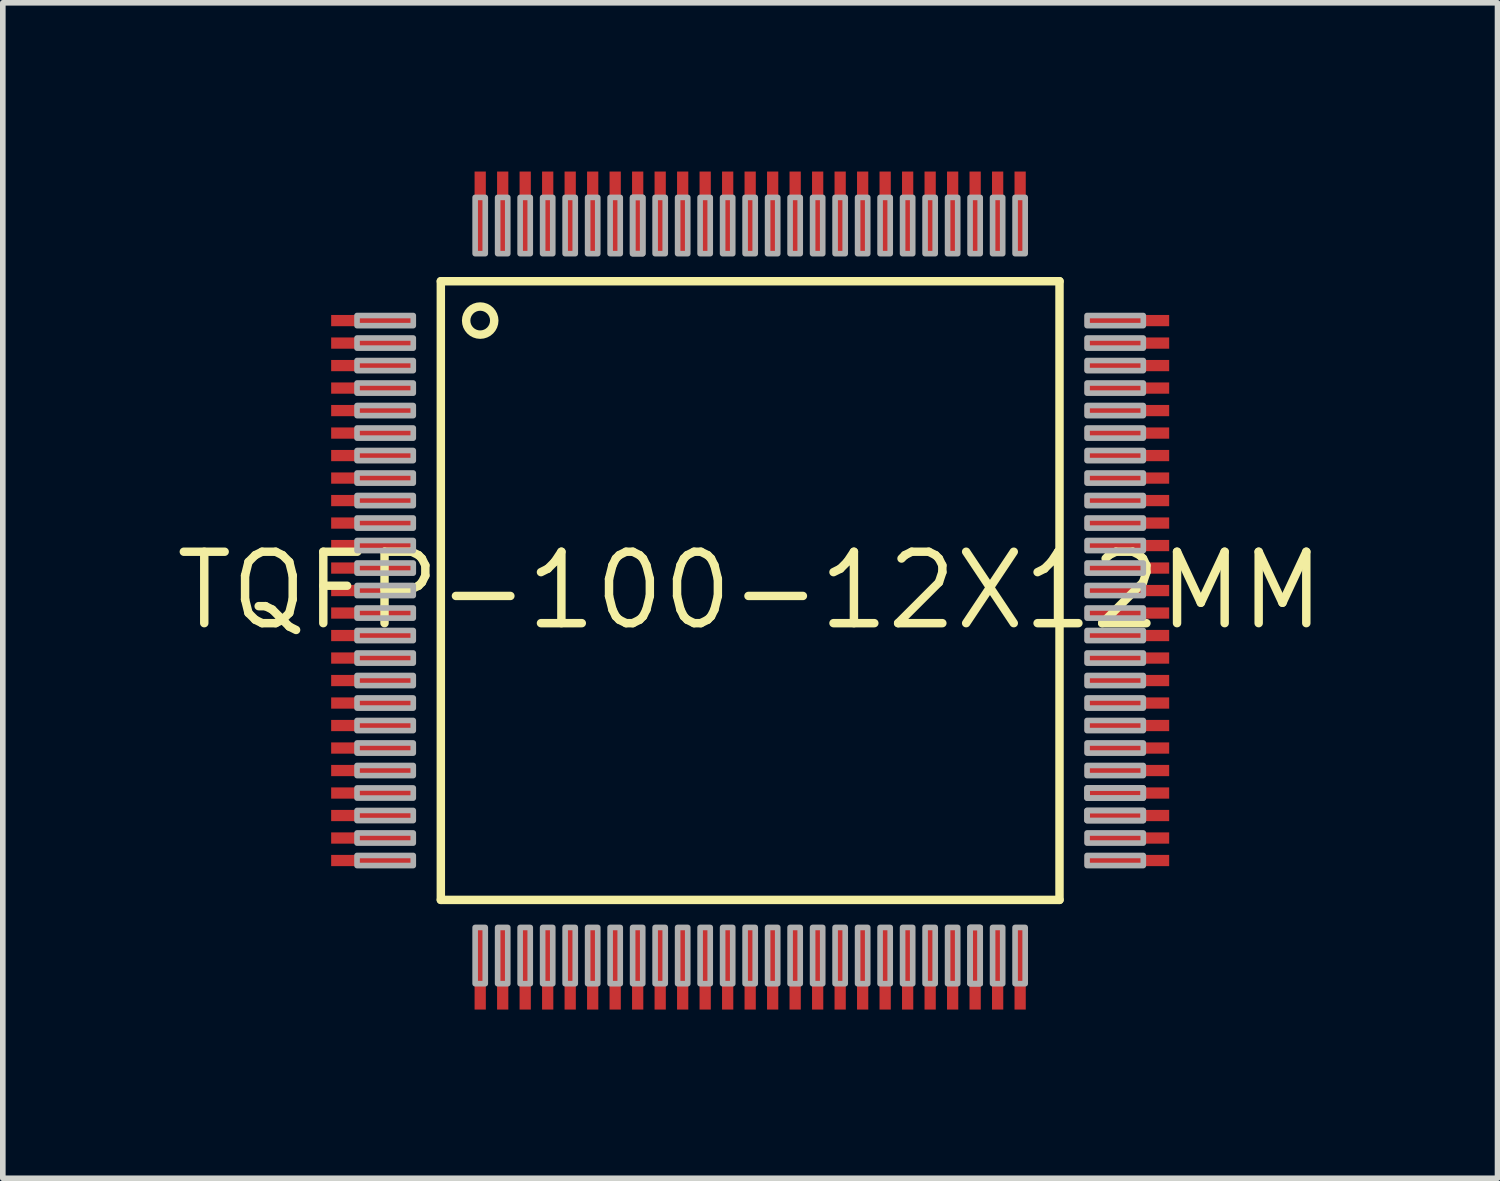
<source format=kicad_pcb>
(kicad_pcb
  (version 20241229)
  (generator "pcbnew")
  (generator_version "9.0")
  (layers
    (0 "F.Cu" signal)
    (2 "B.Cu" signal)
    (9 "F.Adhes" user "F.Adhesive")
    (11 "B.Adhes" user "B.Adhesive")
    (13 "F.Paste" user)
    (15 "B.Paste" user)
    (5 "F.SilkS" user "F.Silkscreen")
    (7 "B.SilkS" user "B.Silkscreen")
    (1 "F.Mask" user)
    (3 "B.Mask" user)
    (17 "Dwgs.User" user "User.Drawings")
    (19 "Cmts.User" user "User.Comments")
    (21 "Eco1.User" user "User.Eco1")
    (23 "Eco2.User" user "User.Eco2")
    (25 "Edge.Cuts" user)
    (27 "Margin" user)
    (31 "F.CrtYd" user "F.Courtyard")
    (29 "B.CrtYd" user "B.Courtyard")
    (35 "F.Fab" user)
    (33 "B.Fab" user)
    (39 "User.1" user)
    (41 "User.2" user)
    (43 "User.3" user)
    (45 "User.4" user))
  (footprint "TQFP-100-12X12MM"
    (layer "F.Cu")
    (at 10.288 7.45)
    (property "Reference" "TQFP-100-12X12MM" (at 0 0 0) (layer "F.SilkS") (effects (font (size 1.27 1.27) (thickness 0.15))))
    (attr through_hole)
    (fp_line (start -5.5 -5.5) (end -5.5 5.5) (stroke (width 0.15) (type solid)) (layer "F.SilkS"))
    (fp_line (start -5.5 5.5) (end 5.5 5.5) (stroke (width 0.15) (type solid)) (layer "F.SilkS"))
    (fp_line (start 5.5 -5.5) (end -5.5 -5.5) (stroke (width 0.15) (type solid)) (layer "F.SilkS"))
    (fp_line (start 5.5 5.5) (end 5.5 -5.5) (stroke (width 0.15) (type solid)) (layer "F.SilkS"))
    (fp_circle (center -4.8 -4.8) (end -4.55 -4.8) (stroke (width 0.15) (type solid)) (fill no) (layer "F.SilkS"))
    (fp_poly (pts (xy -5.99 -4.71) (xy -5.99 -4.89) (xy -6.99 -4.89) (xy -6.99 -4.71)) (stroke (width 0.1) (type solid)) (fill no) (layer "F.Fab"))
    (fp_poly (pts (xy -5.99 -4.31) (xy -5.99 -4.49) (xy -6.99 -4.49) (xy -6.99 -4.31)) (stroke (width 0.1) (type solid)) (fill no) (layer "F.Fab"))
    (fp_poly (pts (xy -5.99 -3.91) (xy -5.99 -4.09) (xy -6.99 -4.09) (xy -6.99 -3.91)) (stroke (width 0.1) (type solid)) (fill no) (layer "F.Fab"))
    (fp_poly (pts (xy -5.99 -3.51) (xy -5.99 -3.69) (xy -6.99 -3.69) (xy -6.99 -3.51)) (stroke (width 0.1) (type solid)) (fill no) (layer "F.Fab"))
    (fp_poly (pts (xy -5.99 -3.11) (xy -5.99 -3.29) (xy -6.99 -3.29) (xy -6.99 -3.11)) (stroke (width 0.1) (type solid)) (fill no) (layer "F.Fab"))
    (fp_poly (pts (xy -5.99 -2.71) (xy -5.99 -2.89) (xy -6.99 -2.89) (xy -6.99 -2.71)) (stroke (width 0.1) (type solid)) (fill no) (layer "F.Fab"))
    (fp_poly (pts (xy -5.99 -2.31) (xy -5.99 -2.49) (xy -6.99 -2.49) (xy -6.99 -2.31)) (stroke (width 0.1) (type solid)) (fill no) (layer "F.Fab"))
    (fp_poly (pts (xy -5.99 -1.91) (xy -5.99 -2.09) (xy -6.99 -2.09) (xy -6.99 -1.91)) (stroke (width 0.1) (type solid)) (fill no) (layer "F.Fab"))
    (fp_poly (pts (xy -5.99 -1.51) (xy -5.99 -1.69) (xy -6.99 -1.69) (xy -6.99 -1.51)) (stroke (width 0.1) (type solid)) (fill no) (layer "F.Fab"))
    (fp_poly (pts (xy -5.99 -1.11) (xy -5.99 -1.29) (xy -6.99 -1.29) (xy -6.99 -1.11)) (stroke (width 0.1) (type solid)) (fill no) (layer "F.Fab"))
    (fp_poly (pts (xy -5.99 -0.71) (xy -5.99 -0.89) (xy -6.99 -0.89) (xy -6.99 -0.71)) (stroke (width 0.1) (type solid)) (fill no) (layer "F.Fab"))
    (fp_poly (pts (xy -5.99 -0.31) (xy -5.99 -0.49) (xy -6.99 -0.49) (xy -6.99 -0.31)) (stroke (width 0.1) (type solid)) (fill no) (layer "F.Fab"))
    (fp_poly (pts (xy -5.99 0.09) (xy -5.99 -0.09) (xy -6.99 -0.09) (xy -6.99 0.09)) (stroke (width 0.1) (type solid)) (fill no) (layer "F.Fab"))
    (fp_poly (pts (xy -5.99 0.49) (xy -5.99 0.31) (xy -6.99 0.31) (xy -6.99 0.49)) (stroke (width 0.1) (type solid)) (fill no) (layer "F.Fab"))
    (fp_poly (pts (xy -5.99 0.89) (xy -5.99 0.71) (xy -6.99 0.71) (xy -6.99 0.89)) (stroke (width 0.1) (type solid)) (fill no) (layer "F.Fab"))
    (fp_poly (pts (xy -5.99 1.29) (xy -5.99 1.11) (xy -6.99 1.11) (xy -6.99 1.29)) (stroke (width 0.1) (type solid)) (fill no) (layer "F.Fab"))
    (fp_poly (pts (xy -5.99 1.69) (xy -5.99 1.51) (xy -6.99 1.51) (xy -6.99 1.69)) (stroke (width 0.1) (type solid)) (fill no) (layer "F.Fab"))
    (fp_poly (pts (xy -5.99 2.09) (xy -5.99 1.91) (xy -6.99 1.91) (xy -6.99 2.09)) (stroke (width 0.1) (type solid)) (fill no) (layer "F.Fab"))
    (fp_poly (pts (xy -5.99 2.49) (xy -5.99 2.31) (xy -6.99 2.31) (xy -6.99 2.49)) (stroke (width 0.1) (type solid)) (fill no) (layer "F.Fab"))
    (fp_poly (pts (xy -5.99 2.89) (xy -5.99 2.71) (xy -6.99 2.71) (xy -6.99 2.89)) (stroke (width 0.1) (type solid)) (fill no) (layer "F.Fab"))
    (fp_poly (pts (xy -5.99 3.29) (xy -5.99 3.11) (xy -6.99 3.11) (xy -6.99 3.29)) (stroke (width 0.1) (type solid)) (fill no) (layer "F.Fab"))
    (fp_poly (pts (xy -5.99 3.69) (xy -5.99 3.51) (xy -6.99 3.51) (xy -6.99 3.69)) (stroke (width 0.1) (type solid)) (fill no) (layer "F.Fab"))
    (fp_poly (pts (xy -5.99 4.09) (xy -5.99 3.91) (xy -6.99 3.91) (xy -6.99 4.09)) (stroke (width 0.1) (type solid)) (fill no) (layer "F.Fab"))
    (fp_poly (pts (xy -5.99 4.49) (xy -5.99 4.31) (xy -6.99 4.31) (xy -6.99 4.49)) (stroke (width 0.1) (type solid)) (fill no) (layer "F.Fab"))
    (fp_poly (pts (xy -5.99 4.89) (xy -5.99 4.71) (xy -6.99 4.71) (xy -6.99 4.89)) (stroke (width 0.1) (type solid)) (fill no) (layer "F.Fab"))
    (fp_poly (pts (xy -4.89 -5.99) (xy -4.71 -5.99) (xy -4.71 -6.99) (xy -4.89 -6.99)) (stroke (width 0.1) (type solid)) (fill no) (layer "F.Fab"))
    (fp_poly (pts (xy -4.71 5.99) (xy -4.89 5.99) (xy -4.89 6.99) (xy -4.71 6.99)) (stroke (width 0.1) (type solid)) (fill no) (layer "F.Fab"))
    (fp_poly (pts (xy -4.49 -5.99) (xy -4.31 -5.99) (xy -4.31 -6.99) (xy -4.49 -6.99)) (stroke (width 0.1) (type solid)) (fill no) (layer "F.Fab"))
    (fp_poly (pts (xy -4.31 5.99) (xy -4.49 5.99) (xy -4.49 6.99) (xy -4.31 6.99)) (stroke (width 0.1) (type solid)) (fill no) (layer "F.Fab"))
    (fp_poly (pts (xy -4.09 -5.99) (xy -3.91 -5.99) (xy -3.91 -6.99) (xy -4.09 -6.99)) (stroke (width 0.1) (type solid)) (fill no) (layer "F.Fab"))
    (fp_poly (pts (xy -3.91 5.99) (xy -4.09 5.99) (xy -4.09 6.99) (xy -3.91 6.99)) (stroke (width 0.1) (type solid)) (fill no) (layer "F.Fab"))
    (fp_poly (pts (xy -3.69 -5.99) (xy -3.51 -5.99) (xy -3.51 -6.99) (xy -3.69 -6.99)) (stroke (width 0.1) (type solid)) (fill no) (layer "F.Fab"))
    (fp_poly (pts (xy -3.51 5.99) (xy -3.69 5.99) (xy -3.69 6.99) (xy -3.51 6.99)) (stroke (width 0.1) (type solid)) (fill no) (layer "F.Fab"))
    (fp_poly (pts (xy -3.29 -5.99) (xy -3.11 -5.99) (xy -3.11 -6.99) (xy -3.29 -6.99)) (stroke (width 0.1) (type solid)) (fill no) (layer "F.Fab"))
    (fp_poly (pts (xy -3.11 5.99) (xy -3.29 5.99) (xy -3.29 6.99) (xy -3.11 6.99)) (stroke (width 0.1) (type solid)) (fill no) (layer "F.Fab"))
    (fp_poly (pts (xy -2.89 -5.99) (xy -2.71 -5.99) (xy -2.71 -6.99) (xy -2.89 -6.99)) (stroke (width 0.1) (type solid)) (fill no) (layer "F.Fab"))
    (fp_poly (pts (xy -2.71 5.99) (xy -2.89 5.99) (xy -2.89 6.99) (xy -2.71 6.99)) (stroke (width 0.1) (type solid)) (fill no) (layer "F.Fab"))
    (fp_poly (pts (xy -2.49 -5.99) (xy -2.31 -5.99) (xy -2.31 -6.99) (xy -2.49 -6.99)) (stroke (width 0.1) (type solid)) (fill no) (layer "F.Fab"))
    (fp_poly (pts (xy -2.31 5.99) (xy -2.49 5.99) (xy -2.49 6.99) (xy -2.31 6.99)) (stroke (width 0.1) (type solid)) (fill no) (layer "F.Fab"))
    (fp_poly (pts (xy -2.09 -5.99) (xy -1.91 -5.99) (xy -1.91 -6.99) (xy -2.09 -6.99)) (stroke (width 0.1) (type solid)) (fill no) (layer "F.Fab"))
    (fp_poly (pts (xy -2.09 -5.99) (xy -1.91 -5.99) (xy -1.91 -6.99) (xy -2.09 -6.99)) (stroke (width 0.1) (type solid)) (fill no) (layer "F.Fab"))
    (fp_poly (pts (xy -1.91 5.99) (xy -2.09 5.99) (xy -2.09 6.99) (xy -1.91 6.99)) (stroke (width 0.1) (type solid)) (fill no) (layer "F.Fab"))
    (fp_poly (pts (xy -1.69 -5.99) (xy -1.51 -5.99) (xy -1.51 -6.99) (xy -1.69 -6.99)) (stroke (width 0.1) (type solid)) (fill no) (layer "F.Fab"))
    (fp_poly (pts (xy -1.51 5.99) (xy -1.69 5.99) (xy -1.69 6.99) (xy -1.51 6.99)) (stroke (width 0.1) (type solid)) (fill no) (layer "F.Fab"))
    (fp_poly (pts (xy -1.29 -5.99) (xy -1.11 -5.99) (xy -1.11 -6.99) (xy -1.29 -6.99)) (stroke (width 0.1) (type solid)) (fill no) (layer "F.Fab"))
    (fp_poly (pts (xy -1.11 5.99) (xy -1.29 5.99) (xy -1.29 6.99) (xy -1.11 6.99)) (stroke (width 0.1) (type solid)) (fill no) (layer "F.Fab"))
    (fp_poly (pts (xy -0.89 -5.99) (xy -0.71 -5.99) (xy -0.71 -6.99) (xy -0.89 -6.99)) (stroke (width 0.1) (type solid)) (fill no) (layer "F.Fab"))
    (fp_poly (pts (xy -0.71 5.99) (xy -0.89 5.99) (xy -0.89 6.99) (xy -0.71 6.99)) (stroke (width 0.1) (type solid)) (fill no) (layer "F.Fab"))
    (fp_poly (pts (xy -0.49 -5.99) (xy -0.31 -5.99) (xy -0.31 -6.99) (xy -0.49 -6.99)) (stroke (width 0.1) (type solid)) (fill no) (layer "F.Fab"))
    (fp_poly (pts (xy -0.31 5.99) (xy -0.49 5.99) (xy -0.49 6.99) (xy -0.31 6.99)) (stroke (width 0.1) (type solid)) (fill no) (layer "F.Fab"))
    (fp_poly (pts (xy -0.09 -5.99) (xy 0.09 -5.99) (xy 0.09 -6.99) (xy -0.09 -6.99)) (stroke (width 0.1) (type solid)) (fill no) (layer "F.Fab"))
    (fp_poly (pts (xy 0.09 5.99) (xy -0.09 5.99) (xy -0.09 6.99) (xy 0.09 6.99)) (stroke (width 0.1) (type solid)) (fill no) (layer "F.Fab"))
    (fp_poly (pts (xy 0.31 -5.99) (xy 0.49 -5.99) (xy 0.49 -6.99) (xy 0.31 -6.99)) (stroke (width 0.1) (type solid)) (fill no) (layer "F.Fab"))
    (fp_poly (pts (xy 0.49 5.99) (xy 0.31 5.99) (xy 0.31 6.99) (xy 0.49 6.99)) (stroke (width 0.1) (type solid)) (fill no) (layer "F.Fab"))
    (fp_poly (pts (xy 0.71 -5.99) (xy 0.89 -5.99) (xy 0.89 -6.99) (xy 0.71 -6.99)) (stroke (width 0.1) (type solid)) (fill no) (layer "F.Fab"))
    (fp_poly (pts (xy 0.89 5.99) (xy 0.71 5.99) (xy 0.71 6.99) (xy 0.89 6.99)) (stroke (width 0.1) (type solid)) (fill no) (layer "F.Fab"))
    (fp_poly (pts (xy 1.11 -5.99) (xy 1.29 -5.99) (xy 1.29 -6.99) (xy 1.11 -6.99)) (stroke (width 0.1) (type solid)) (fill no) (layer "F.Fab"))
    (fp_poly (pts (xy 1.29 5.99) (xy 1.11 5.99) (xy 1.11 6.99) (xy 1.29 6.99)) (stroke (width 0.1) (type solid)) (fill no) (layer "F.Fab"))
    (fp_poly (pts (xy 1.51 -5.99) (xy 1.69 -5.99) (xy 1.69 -6.99) (xy 1.51 -6.99)) (stroke (width 0.1) (type solid)) (fill no) (layer "F.Fab"))
    (fp_poly (pts (xy 1.69 5.99) (xy 1.51 5.99) (xy 1.51 6.99) (xy 1.69 6.99)) (stroke (width 0.1) (type solid)) (fill no) (layer "F.Fab"))
    (fp_poly (pts (xy 1.91 -5.99) (xy 2.09 -5.99) (xy 2.09 -6.99) (xy 1.91 -6.99)) (stroke (width 0.1) (type solid)) (fill no) (layer "F.Fab"))
    (fp_poly (pts (xy 2.09 5.99) (xy 1.91 5.99) (xy 1.91 6.99) (xy 2.09 6.99)) (stroke (width 0.1) (type solid)) (fill no) (layer "F.Fab"))
    (fp_poly (pts (xy 2.31 -5.99) (xy 2.49 -5.99) (xy 2.49 -6.99) (xy 2.31 -6.99)) (stroke (width 0.1) (type solid)) (fill no) (layer "F.Fab"))
    (fp_poly (pts (xy 2.49 5.99) (xy 2.31 5.99) (xy 2.31 6.99) (xy 2.49 6.99)) (stroke (width 0.1) (type solid)) (fill no) (layer "F.Fab"))
    (fp_poly (pts (xy 2.71 -5.99) (xy 2.89 -5.99) (xy 2.89 -6.99) (xy 2.71 -6.99)) (stroke (width 0.1) (type solid)) (fill no) (layer "F.Fab"))
    (fp_poly (pts (xy 2.89 5.99) (xy 2.71 5.99) (xy 2.71 6.99) (xy 2.89 6.99)) (stroke (width 0.1) (type solid)) (fill no) (layer "F.Fab"))
    (fp_poly (pts (xy 3.11 -5.99) (xy 3.29 -5.99) (xy 3.29 -6.99) (xy 3.11 -6.99)) (stroke (width 0.1) (type solid)) (fill no) (layer "F.Fab"))
    (fp_poly (pts (xy 3.29 5.99) (xy 3.11 5.99) (xy 3.11 6.99) (xy 3.29 6.99)) (stroke (width 0.1) (type solid)) (fill no) (layer "F.Fab"))
    (fp_poly (pts (xy 3.51 -5.99) (xy 3.69 -5.99) (xy 3.69 -6.99) (xy 3.51 -6.99)) (stroke (width 0.1) (type solid)) (fill no) (layer "F.Fab"))
    (fp_poly (pts (xy 3.69 5.99) (xy 3.51 5.99) (xy 3.51 6.99) (xy 3.69 6.99)) (stroke (width 0.1) (type solid)) (fill no) (layer "F.Fab"))
    (fp_poly (pts (xy 3.91 -5.99) (xy 4.09 -5.99) (xy 4.09 -6.99) (xy 3.91 -6.99)) (stroke (width 0.1) (type solid)) (fill no) (layer "F.Fab"))
    (fp_poly (pts (xy 4.09 5.99) (xy 3.91 5.99) (xy 3.91 6.99) (xy 4.09 6.99)) (stroke (width 0.1) (type solid)) (fill no) (layer "F.Fab"))
    (fp_poly (pts (xy 4.09 5.99) (xy 3.91 5.99) (xy 3.91 6.99) (xy 4.09 6.99)) (stroke (width 0.1) (type solid)) (fill no) (layer "F.Fab"))
    (fp_poly (pts (xy 4.31 -5.99) (xy 4.49 -5.99) (xy 4.49 -6.99) (xy 4.31 -6.99)) (stroke (width 0.1) (type solid)) (fill no) (layer "F.Fab"))
    (fp_poly (pts (xy 4.49 5.99) (xy 4.31 5.99) (xy 4.31 6.99) (xy 4.49 6.99)) (stroke (width 0.1) (type solid)) (fill no) (layer "F.Fab"))
    (fp_poly (pts (xy 4.71 -5.99) (xy 4.89 -5.99) (xy 4.89 -6.99) (xy 4.71 -6.99)) (stroke (width 0.1) (type solid)) (fill no) (layer "F.Fab"))
    (fp_poly (pts (xy 4.89 5.99) (xy 4.71 5.99) (xy 4.71 6.99) (xy 4.89 6.99)) (stroke (width 0.1) (type solid)) (fill no) (layer "F.Fab"))
    (fp_poly (pts (xy 5.99 -4.89) (xy 5.99 -4.71) (xy 6.99 -4.71) (xy 6.99 -4.89)) (stroke (width 0.1) (type solid)) (fill no) (layer "F.Fab"))
    (fp_poly (pts (xy 5.99 -4.49) (xy 5.99 -4.31) (xy 6.99 -4.31) (xy 6.99 -4.49)) (stroke (width 0.1) (type solid)) (fill no) (layer "F.Fab"))
    (fp_poly (pts (xy 5.99 -4.09) (xy 5.99 -3.91) (xy 6.99 -3.91) (xy 6.99 -4.09)) (stroke (width 0.1) (type solid)) (fill no) (layer "F.Fab"))
    (fp_poly (pts (xy 5.99 -3.69) (xy 5.99 -3.51) (xy 6.99 -3.51) (xy 6.99 -3.69)) (stroke (width 0.1) (type solid)) (fill no) (layer "F.Fab"))
    (fp_poly (pts (xy 5.99 -3.29) (xy 5.99 -3.11) (xy 6.99 -3.11) (xy 6.99 -3.29)) (stroke (width 0.1) (type solid)) (fill no) (layer "F.Fab"))
    (fp_poly (pts (xy 5.99 -2.89) (xy 5.99 -2.71) (xy 6.99 -2.71) (xy 6.99 -2.89)) (stroke (width 0.1) (type solid)) (fill no) (layer "F.Fab"))
    (fp_poly (pts (xy 5.99 -2.49) (xy 5.99 -2.31) (xy 6.99 -2.31) (xy 6.99 -2.49)) (stroke (width 0.1) (type solid)) (fill no) (layer "F.Fab"))
    (fp_poly (pts (xy 5.99 -2.09) (xy 5.99 -1.91) (xy 6.99 -1.91) (xy 6.99 -2.09)) (stroke (width 0.1) (type solid)) (fill no) (layer "F.Fab"))
    (fp_poly (pts (xy 5.99 -1.69) (xy 5.99 -1.51) (xy 6.99 -1.51) (xy 6.99 -1.69)) (stroke (width 0.1) (type solid)) (fill no) (layer "F.Fab"))
    (fp_poly (pts (xy 5.99 -1.29) (xy 5.99 -1.11) (xy 6.99 -1.11) (xy 6.99 -1.29)) (stroke (width 0.1) (type solid)) (fill no) (layer "F.Fab"))
    (fp_poly (pts (xy 5.99 -0.89) (xy 5.99 -0.71) (xy 6.99 -0.71) (xy 6.99 -0.89)) (stroke (width 0.1) (type solid)) (fill no) (layer "F.Fab"))
    (fp_poly (pts (xy 5.99 -0.49) (xy 5.99 -0.31) (xy 6.99 -0.31) (xy 6.99 -0.49)) (stroke (width 0.1) (type solid)) (fill no) (layer "F.Fab"))
    (fp_poly (pts (xy 5.99 -0.09) (xy 5.99 0.09) (xy 6.99 0.09) (xy 6.99 -0.09)) (stroke (width 0.1) (type solid)) (fill no) (layer "F.Fab"))
    (fp_poly (pts (xy 5.99 0.31) (xy 5.99 0.49) (xy 6.99 0.49) (xy 6.99 0.31)) (stroke (width 0.1) (type solid)) (fill no) (layer "F.Fab"))
    (fp_poly (pts (xy 5.99 0.71) (xy 5.99 0.89) (xy 6.99 0.89) (xy 6.99 0.71)) (stroke (width 0.1) (type solid)) (fill no) (layer "F.Fab"))
    (fp_poly (pts (xy 5.99 1.11) (xy 5.99 1.29) (xy 6.99 1.29) (xy 6.99 1.11)) (stroke (width 0.1) (type solid)) (fill no) (layer "F.Fab"))
    (fp_poly (pts (xy 5.99 1.51) (xy 5.99 1.69) (xy 6.99 1.69) (xy 6.99 1.51)) (stroke (width 0.1) (type solid)) (fill no) (layer "F.Fab"))
    (fp_poly (pts (xy 5.99 1.91) (xy 5.99 2.09) (xy 6.99 2.09) (xy 6.99 1.91)) (stroke (width 0.1) (type solid)) (fill no) (layer "F.Fab"))
    (fp_poly (pts (xy 5.99 2.31) (xy 5.99 2.49) (xy 6.99 2.49) (xy 6.99 2.31)) (stroke (width 0.1) (type solid)) (fill no) (layer "F.Fab"))
    (fp_poly (pts (xy 5.99 2.71) (xy 5.99 2.89) (xy 6.99 2.89) (xy 6.99 2.71)) (stroke (width 0.1) (type solid)) (fill no) (layer "F.Fab"))
    (fp_poly (pts (xy 5.99 3.11) (xy 5.99 3.29) (xy 6.99 3.29) (xy 6.99 3.11)) (stroke (width 0.1) (type solid)) (fill no) (layer "F.Fab"))
    (fp_poly (pts (xy 5.99 3.51) (xy 5.99 3.69) (xy 6.99 3.69) (xy 6.99 3.51)) (stroke (width 0.1) (type solid)) (fill no) (layer "F.Fab"))
    (fp_poly (pts (xy 5.99 3.51) (xy 5.99 3.69) (xy 6.99 3.69) (xy 6.99 3.51)) (stroke (width 0.1) (type solid)) (fill no) (layer "F.Fab"))
    (fp_poly (pts (xy 5.99 3.91) (xy 5.99 4.09) (xy 6.99 4.09) (xy 6.99 3.91)) (stroke (width 0.1) (type solid)) (fill no) (layer "F.Fab"))
    (fp_poly (pts (xy 5.99 3.91) (xy 5.99 4.09) (xy 6.99 4.09) (xy 6.99 3.91)) (stroke (width 0.1) (type solid)) (fill no) (layer "F.Fab"))
    (fp_poly (pts (xy 5.99 4.31) (xy 5.99 4.49) (xy 6.99 4.49) (xy 6.99 4.31)) (stroke (width 0.1) (type solid)) (fill no) (layer "F.Fab"))
    (fp_poly (pts (xy 5.99 4.71) (xy 5.99 4.89) (xy 6.99 4.89) (xy 6.99 4.71)) (stroke (width 0.1) (type solid)) (fill no) (layer "F.Fab"))
    (pad "1" smd rect (at -6.7 -4.8 180) (size 1.5 0.2) (layers "F.Cu" "F.Mask" "F.Paste"))
    (pad "2" smd rect (at -6.7 -4.4 180) (size 1.5 0.2) (layers "F.Cu" "F.Mask" "F.Paste"))
    (pad "3" smd rect (at -6.7 -4 180) (size 1.5 0.2) (layers "F.Cu" "F.Mask" "F.Paste"))
    (pad "4" smd rect (at -6.7 -3.6 180) (size 1.5 0.2) (layers "F.Cu" "F.Mask" "F.Paste"))
    (pad "5" smd rect (at -6.7 -3.2 180) (size 1.5 0.2) (layers "F.Cu" "F.Mask" "F.Paste"))
    (pad "6" smd rect (at -6.7 -2.8 180) (size 1.5 0.2) (layers "F.Cu" "F.Mask" "F.Paste"))
    (pad "7" smd rect (at -6.7 -2.4 180) (size 1.5 0.2) (layers "F.Cu" "F.Mask" "F.Paste"))
    (pad "8" smd rect (at -6.7 -2 180) (size 1.5 0.2) (layers "F.Cu" "F.Mask" "F.Paste"))
    (pad "9" smd rect (at -6.7 -1.6 180) (size 1.5 0.2) (layers "F.Cu" "F.Mask" "F.Paste"))
    (pad "10" smd rect (at -6.7 -1.2 180) (size 1.5 0.2) (layers "F.Cu" "F.Mask" "F.Paste"))
    (pad "11" smd rect (at -6.7 -0.8 180) (size 1.5 0.2) (layers "F.Cu" "F.Mask" "F.Paste"))
    (pad "12" smd rect (at -6.7 -0.4 180) (size 1.5 0.2) (layers "F.Cu" "F.Mask" "F.Paste"))
    (pad "13" smd rect (at -6.7 0 180) (size 1.5 0.2) (layers "F.Cu" "F.Mask" "F.Paste"))
    (pad "14" smd rect (at -6.7 0.4 180) (size 1.5 0.2) (layers "F.Cu" "F.Mask" "F.Paste"))
    (pad "15" smd rect (at -6.7 0.8 180) (size 1.5 0.2) (layers "F.Cu" "F.Mask" "F.Paste"))
    (pad "16" smd rect (at -6.7 1.2 180) (size 1.5 0.2) (layers "F.Cu" "F.Mask" "F.Paste"))
    (pad "17" smd rect (at -6.7 1.6 180) (size 1.5 0.2) (layers "F.Cu" "F.Mask" "F.Paste"))
    (pad "18" smd rect (at -6.7 2 180) (size 1.5 0.2) (layers "F.Cu" "F.Mask" "F.Paste"))
    (pad "19" smd rect (at -6.7 2.4 180) (size 1.5 0.2) (layers "F.Cu" "F.Mask" "F.Paste"))
    (pad "20" smd rect (at -6.7 2.8 180) (size 1.5 0.2) (layers "F.Cu" "F.Mask" "F.Paste"))
    (pad "21" smd rect (at -6.7 3.2 180) (size 1.5 0.2) (layers "F.Cu" "F.Mask" "F.Paste"))
    (pad "22" smd rect (at -6.7 3.6 180) (size 1.5 0.2) (layers "F.Cu" "F.Mask" "F.Paste"))
    (pad "23" smd rect (at -6.7 4 180) (size 1.5 0.2) (layers "F.Cu" "F.Mask" "F.Paste"))
    (pad "24" smd rect (at -6.7 4.4 180) (size 1.5 0.2) (layers "F.Cu" "F.Mask" "F.Paste"))
    (pad "25" smd rect (at -6.7 4.8 180) (size 1.5 0.2) (layers "F.Cu" "F.Mask" "F.Paste"))
    (pad "26" smd rect (at -4.8 6.7 270) (size 1.5 0.2) (layers "F.Cu" "F.Mask" "F.Paste"))
    (pad "27" smd rect (at -4.4 6.7 270) (size 1.5 0.2) (layers "F.Cu" "F.Mask" "F.Paste"))
    (pad "28" smd rect (at -4 6.7 270) (size 1.5 0.2) (layers "F.Cu" "F.Mask" "F.Paste"))
    (pad "29" smd rect (at -3.6 6.7 270) (size 1.5 0.2) (layers "F.Cu" "F.Mask" "F.Paste"))
    (pad "30" smd rect (at -3.2 6.7 270) (size 1.5 0.2) (layers "F.Cu" "F.Mask" "F.Paste"))
    (pad "31" smd rect (at -2.8 6.7 270) (size 1.5 0.2) (layers "F.Cu" "F.Mask" "F.Paste"))
    (pad "32" smd rect (at -2.4 6.7 270) (size 1.5 0.2) (layers "F.Cu" "F.Mask" "F.Paste"))
    (pad "33" smd rect (at -2 6.7 270) (size 1.5 0.2) (layers "F.Cu" "F.Mask" "F.Paste"))
    (pad "34" smd rect (at -1.6 6.7 270) (size 1.5 0.2) (layers "F.Cu" "F.Mask" "F.Paste"))
    (pad "35" smd rect (at -1.2 6.7 270) (size 1.5 0.2) (layers "F.Cu" "F.Mask" "F.Paste"))
    (pad "36" smd rect (at -0.8 6.7 270) (size 1.5 0.2) (layers "F.Cu" "F.Mask" "F.Paste"))
    (pad "37" smd rect (at -0.4 6.7 270) (size 1.5 0.2) (layers "F.Cu" "F.Mask" "F.Paste"))
    (pad "38" smd rect (at 0 6.7 270) (size 1.5 0.2) (layers "F.Cu" "F.Mask" "F.Paste"))
    (pad "39" smd rect (at 0.4 6.7 270) (size 1.5 0.2) (layers "F.Cu" "F.Mask" "F.Paste"))
    (pad "40" smd rect (at 0.8 6.7 270) (size 1.5 0.2) (layers "F.Cu" "F.Mask" "F.Paste"))
    (pad "41" smd rect (at 1.2 6.7 270) (size 1.5 0.2) (layers "F.Cu" "F.Mask" "F.Paste"))
    (pad "42" smd rect (at 1.6 6.7 270) (size 1.5 0.2) (layers "F.Cu" "F.Mask" "F.Paste"))
    (pad "43" smd rect (at 2 6.7 270) (size 1.5 0.2) (layers "F.Cu" "F.Mask" "F.Paste"))
    (pad "44" smd rect (at 2.4 6.7 270) (size 1.5 0.2) (layers "F.Cu" "F.Mask" "F.Paste"))
    (pad "45" smd rect (at 2.8 6.7 270) (size 1.5 0.2) (layers "F.Cu" "F.Mask" "F.Paste"))
    (pad "46" smd rect (at 3.2 6.7 270) (size 1.5 0.2) (layers "F.Cu" "F.Mask" "F.Paste"))
    (pad "47" smd rect (at 3.6 6.7 270) (size 1.5 0.2) (layers "F.Cu" "F.Mask" "F.Paste"))
    (pad "48" smd rect (at 4 6.7 270) (size 1.5 0.2) (layers "F.Cu" "F.Mask" "F.Paste"))
    (pad "49" smd rect (at 4.4 6.7 270) (size 1.5 0.2) (layers "F.Cu" "F.Mask" "F.Paste"))
    (pad "50" smd rect (at 4.8 6.7 270) (size 1.5 0.2) (layers "F.Cu" "F.Mask" "F.Paste"))
    (pad "51" smd rect (at 6.7 4.8) (size 1.5 0.2) (layers "F.Cu" "F.Mask" "F.Paste"))
    (pad "52" smd rect (at 6.7 4.4) (size 1.5 0.2) (layers "F.Cu" "F.Mask" "F.Paste"))
    (pad "53" smd rect (at 6.7 4) (size 1.5 0.2) (layers "F.Cu" "F.Mask" "F.Paste"))
    (pad "54" smd rect (at 6.7 3.6) (size 1.5 0.2) (layers "F.Cu" "F.Mask" "F.Paste"))
    (pad "55" smd rect (at 6.7 3.2) (size 1.5 0.2) (layers "F.Cu" "F.Mask" "F.Paste"))
    (pad "56" smd rect (at 6.7 2.8) (size 1.5 0.2) (layers "F.Cu" "F.Mask" "F.Paste"))
    (pad "57" smd rect (at 6.7 2.4) (size 1.5 0.2) (layers "F.Cu" "F.Mask" "F.Paste"))
    (pad "58" smd rect (at 6.7 2) (size 1.5 0.2) (layers "F.Cu" "F.Mask" "F.Paste"))
    (pad "59" smd rect (at 6.7 1.6) (size 1.5 0.2) (layers "F.Cu" "F.Mask" "F.Paste"))
    (pad "60" smd rect (at 6.7 1.2) (size 1.5 0.2) (layers "F.Cu" "F.Mask" "F.Paste"))
    (pad "61" smd rect (at 6.7 0.8) (size 1.5 0.2) (layers "F.Cu" "F.Mask" "F.Paste"))
    (pad "62" smd rect (at 6.7 0.4) (size 1.5 0.2) (layers "F.Cu" "F.Mask" "F.Paste"))
    (pad "63" smd rect (at 6.7 0) (size 1.5 0.2) (layers "F.Cu" "F.Mask" "F.Paste"))
    (pad "64" smd rect (at 6.7 -0.4) (size 1.5 0.2) (layers "F.Cu" "F.Mask" "F.Paste"))
    (pad "65" smd rect (at 6.7 -0.8) (size 1.5 0.2) (layers "F.Cu" "F.Mask" "F.Paste"))
    (pad "66" smd rect (at 6.7 -1.2) (size 1.5 0.2) (layers "F.Cu" "F.Mask" "F.Paste"))
    (pad "67" smd rect (at 6.7 -1.6) (size 1.5 0.2) (layers "F.Cu" "F.Mask" "F.Paste"))
    (pad "68" smd rect (at 6.7 -2) (size 1.5 0.2) (layers "F.Cu" "F.Mask" "F.Paste"))
    (pad "69" smd rect (at 6.7 -2.4) (size 1.5 0.2) (layers "F.Cu" "F.Mask" "F.Paste"))
    (pad "70" smd rect (at 6.7 -2.8) (size 1.5 0.2) (layers "F.Cu" "F.Mask" "F.Paste"))
    (pad "71" smd rect (at 6.7 -3.2) (size 1.5 0.2) (layers "F.Cu" "F.Mask" "F.Paste"))
    (pad "72" smd rect (at 6.7 -3.6) (size 1.5 0.2) (layers "F.Cu" "F.Mask" "F.Paste"))
    (pad "73" smd rect (at 6.7 -4) (size 1.5 0.2) (layers "F.Cu" "F.Mask" "F.Paste"))
    (pad "74" smd rect (at 6.7 -4.4) (size 1.5 0.2) (layers "F.Cu" "F.Mask" "F.Paste"))
    (pad "75" smd rect (at 6.7 -4.8) (size 1.5 0.2) (layers "F.Cu" "F.Mask" "F.Paste"))
    (pad "76" smd rect (at 4.8 -6.7 90) (size 1.5 0.2) (layers "F.Cu" "F.Mask" "F.Paste"))
    (pad "77" smd rect (at 4.4 -6.7 90) (size 1.5 0.2) (layers "F.Cu" "F.Mask" "F.Paste"))
    (pad "78" smd rect (at 4 -6.7 90) (size 1.5 0.2) (layers "F.Cu" "F.Mask" "F.Paste"))
    (pad "79" smd rect (at 3.6 -6.7 90) (size 1.5 0.2) (layers "F.Cu" "F.Mask" "F.Paste"))
    (pad "80" smd rect (at 3.2 -6.7 90) (size 1.5 0.2) (layers "F.Cu" "F.Mask" "F.Paste"))
    (pad "81" smd rect (at 2.8 -6.7 90) (size 1.5 0.2) (layers "F.Cu" "F.Mask" "F.Paste"))
    (pad "82" smd rect (at 2.4 -6.7 90) (size 1.5 0.2) (layers "F.Cu" "F.Mask" "F.Paste"))
    (pad "83" smd rect (at 2 -6.7 90) (size 1.5 0.2) (layers "F.Cu" "F.Mask" "F.Paste"))
    (pad "84" smd rect (at 1.6 -6.7 90) (size 1.5 0.2) (layers "F.Cu" "F.Mask" "F.Paste"))
    (pad "85" smd rect (at 1.2 -6.7 90) (size 1.5 0.2) (layers "F.Cu" "F.Mask" "F.Paste"))
    (pad "86" smd rect (at 0.8 -6.7 90) (size 1.5 0.2) (layers "F.Cu" "F.Mask" "F.Paste"))
    (pad "87" smd rect (at 0.4 -6.7 90) (size 1.5 0.2) (layers "F.Cu" "F.Mask" "F.Paste"))
    (pad "88" smd rect (at 0 -6.7 90) (size 1.5 0.2) (layers "F.Cu" "F.Mask" "F.Paste"))
    (pad "89" smd rect (at -0.4 -6.7 90) (size 1.5 0.2) (layers "F.Cu" "F.Mask" "F.Paste"))
    (pad "90" smd rect (at -0.8 -6.7 90) (size 1.5 0.2) (layers "F.Cu" "F.Mask" "F.Paste"))
    (pad "91" smd rect (at -1.2 -6.7 90) (size 1.5 0.2) (layers "F.Cu" "F.Mask" "F.Paste"))
    (pad "92" smd rect (at -1.6 -6.7 90) (size 1.5 0.2) (layers "F.Cu" "F.Mask" "F.Paste"))
    (pad "93" smd rect (at -2 -6.7 90) (size 1.5 0.2) (layers "F.Cu" "F.Mask" "F.Paste"))
    (pad "94" smd rect (at -2.4 -6.7 90) (size 1.5 0.2) (layers "F.Cu" "F.Mask" "F.Paste"))
    (pad "95" smd rect (at -2.8 -6.7 90) (size 1.5 0.2) (layers "F.Cu" "F.Mask" "F.Paste"))
    (pad "96" smd rect (at -3.2 -6.7 90) (size 1.5 0.2) (layers "F.Cu" "F.Mask" "F.Paste"))
    (pad "97" smd rect (at -3.6 -6.7 90) (size 1.5 0.2) (layers "F.Cu" "F.Mask" "F.Paste"))
    (pad "98" smd rect (at -4 -6.7 90) (size 1.5 0.2) (layers "F.Cu" "F.Mask" "F.Paste"))
    (pad "99" smd rect (at -4.4 -6.7 90) (size 1.5 0.2) (layers "F.Cu" "F.Mask" "F.Paste"))
    (pad "100" smd rect (at -4.8 -6.7 90) (size 1.5 0.2) (layers "F.Cu" "F.Mask" "F.Paste")))
  (gr_rect
    (start -3 -3)
    (end 23.576 17.9)
    (stroke (width 0.1) (type default))
    (fill no)
    (layer "Edge.Cuts")))
</source>
